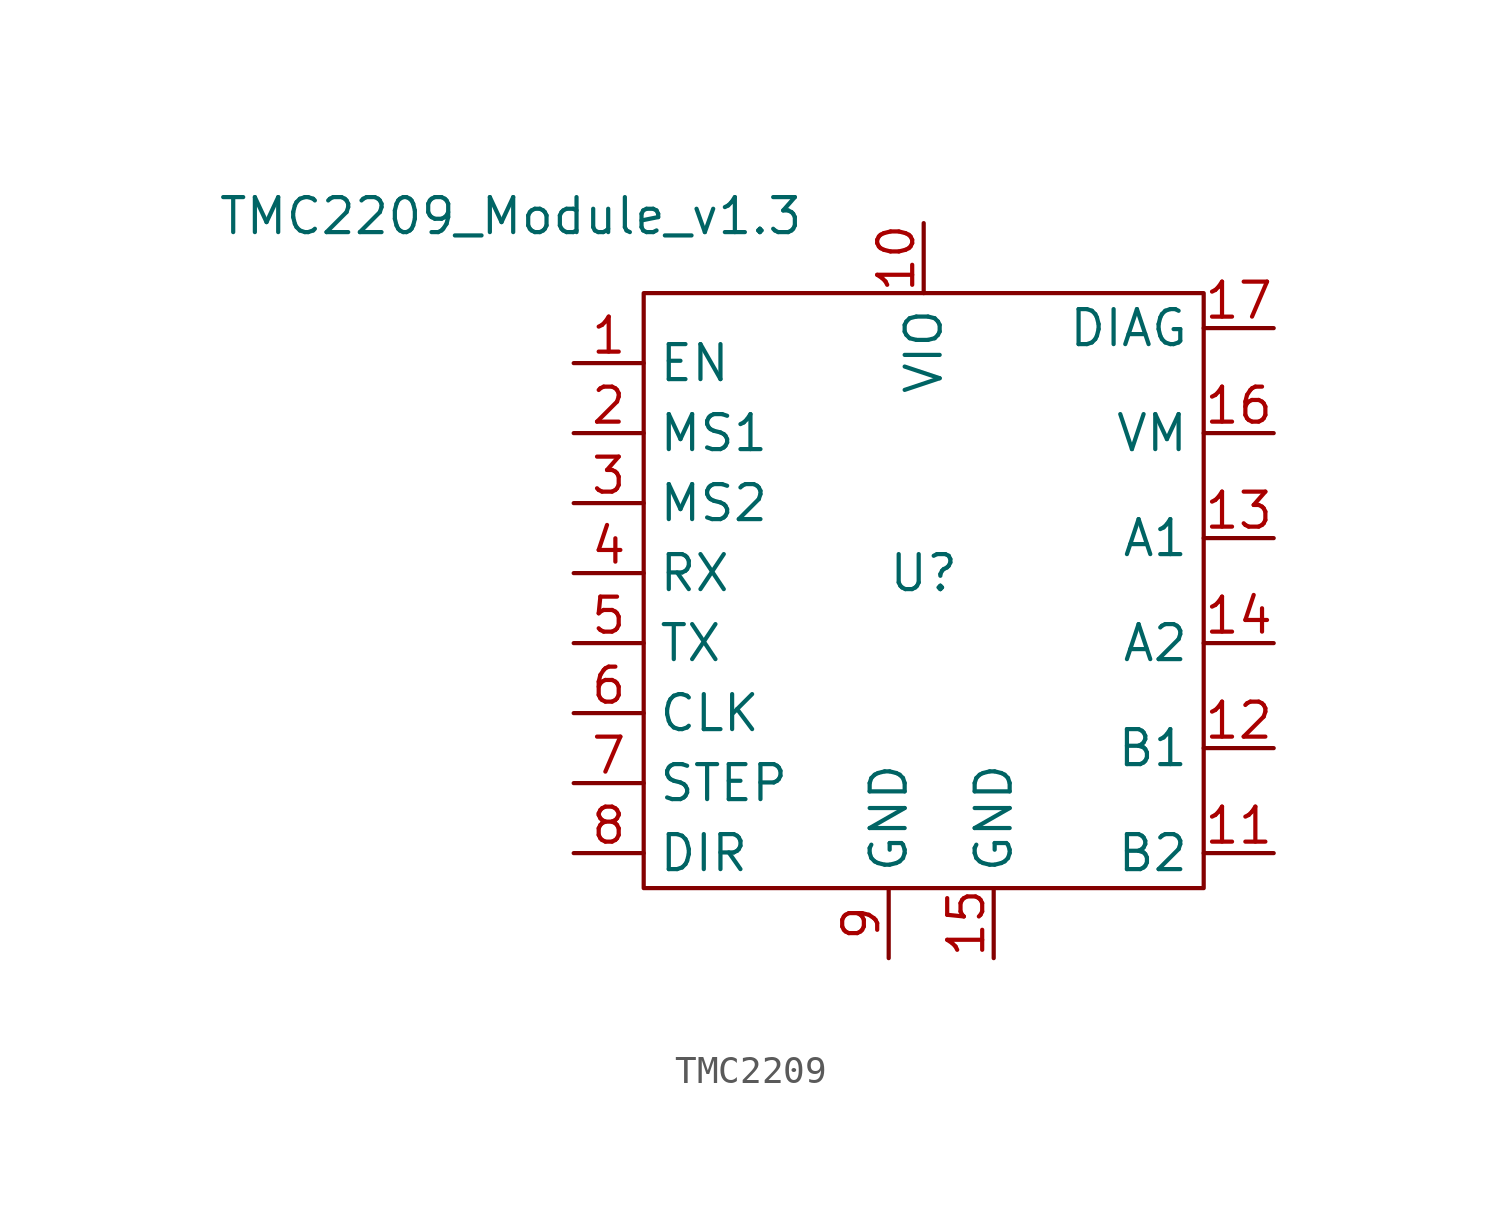
<source format=kicad_sym>
(kicad_symbol_lib
  (version 20241209)
  (generator "kicad_symbol_editor")
  (generator_version "9.0")
  (symbol "TMC2209"
    (property "Reference" "U"
      (at 0 0 0)
      (effects (font (size 1.27 1.27))))
    (property "Value" "TMC2209_Module_v1.3"
      (at -14.986 12.954 0)
      (effects (font (size 1.27 1.27))))
    (symbol "TMC2209_0_1"
      (rectangle (start -10.16 10.16) (end 10.16 -11.43) (stroke (width 0) (type default)) (fill (type none))))
    (symbol "TMC2209_1_1"
      (pin input line (at -12.7 7.62 0) (length 2.54) (name "EN" (effects (font (size 1.27 1.27)))) (number "1" (effects (font (size 1.27 1.27)))))
      (pin input line (at -12.7 5.08 0) (length 2.54) (name "MS1" (effects (font (size 1.27 1.27)))) (number "2" (effects (font (size 1.27 1.27)))))
      (pin input line (at -12.7 2.54 0) (length 2.54) (name "MS2" (effects (font (size 1.27 1.27)))) (number "3" (effects (font (size 1.27 1.27)))))
      (pin bidirectional line (at -12.7 0 0) (length 2.54) (name "RX" (effects (font (size 1.27 1.27)))) (number "4" (effects (font (size 1.27 1.27)))))
      (pin bidirectional line (at -12.7 -2.54 0) (length 2.54) (name "TX" (effects (font (size 1.27 1.27)))) (number "5" (effects (font (size 1.27 1.27)))))
      (pin input line (at -12.7 -5.08 0) (length 2.54) (name "CLK" (effects (font (size 1.27 1.27)))) (number "6" (effects (font (size 1.27 1.27)))))
      (pin input line (at -12.7 -7.62 0) (length 2.54) (name "STEP" (effects (font (size 1.27 1.27)))) (number "7" (effects (font (size 1.27 1.27)))))
      (pin input line (at -12.7 -10.16 0) (length 2.54) (name "DIR" (effects (font (size 1.27 1.27)))) (number "8" (effects (font (size 1.27 1.27)))))
      (pin power_in line (at -1.27 -13.97 90) (length 2.54) (name "GND" (effects (font (size 1.27 1.27)))) (number "9" (effects (font (size 1.27 1.27)))))
      (pin power_in line (at 0 12.7 270) (length 2.54) (name "VIO" (effects (font (size 1.27 1.27)))) (number "10" (effects (font (size 1.27 1.27)))))
      (pin power_in line (at 2.54 -13.97 90) (length 2.54) (name "GND" (effects (font (size 1.27 1.27)))) (number "15" (effects (font (size 1.27 1.27)))))
      (pin open_collector line (at 12.7 8.89 180) (length 2.54) (name "DIAG" (effects (font (size 1.27 1.27)))) (number "17" (effects (font (size 1.27 1.27)))))
      (pin power_in line (at 12.7 5.08 180) (length 2.54) (name "VM" (effects (font (size 1.27 1.27)))) (number "16" (effects (font (size 1.27 1.27)))))
      (pin power_out line (at 12.7 1.27 180) (length 2.54) (name "A1" (effects (font (size 1.27 1.27)))) (number "13" (effects (font (size 1.27 1.27)))))
      (pin power_out line (at 12.7 -2.54 180) (length 2.54) (name "A2" (effects (font (size 1.27 1.27)))) (number "14" (effects (font (size 1.27 1.27)))))
      (pin power_out line (at 12.7 -6.35 180) (length 2.54) (name "B1" (effects (font (size 1.27 1.27)))) (number "12" (effects (font (size 1.27 1.27)))))
      (pin power_out line (at 12.7 -10.16 180) (length 2.54) (name "B2" (effects (font (size 1.27 1.27)))) (number "11" (effects (font (size 1.27 1.27))))))))
</source>
